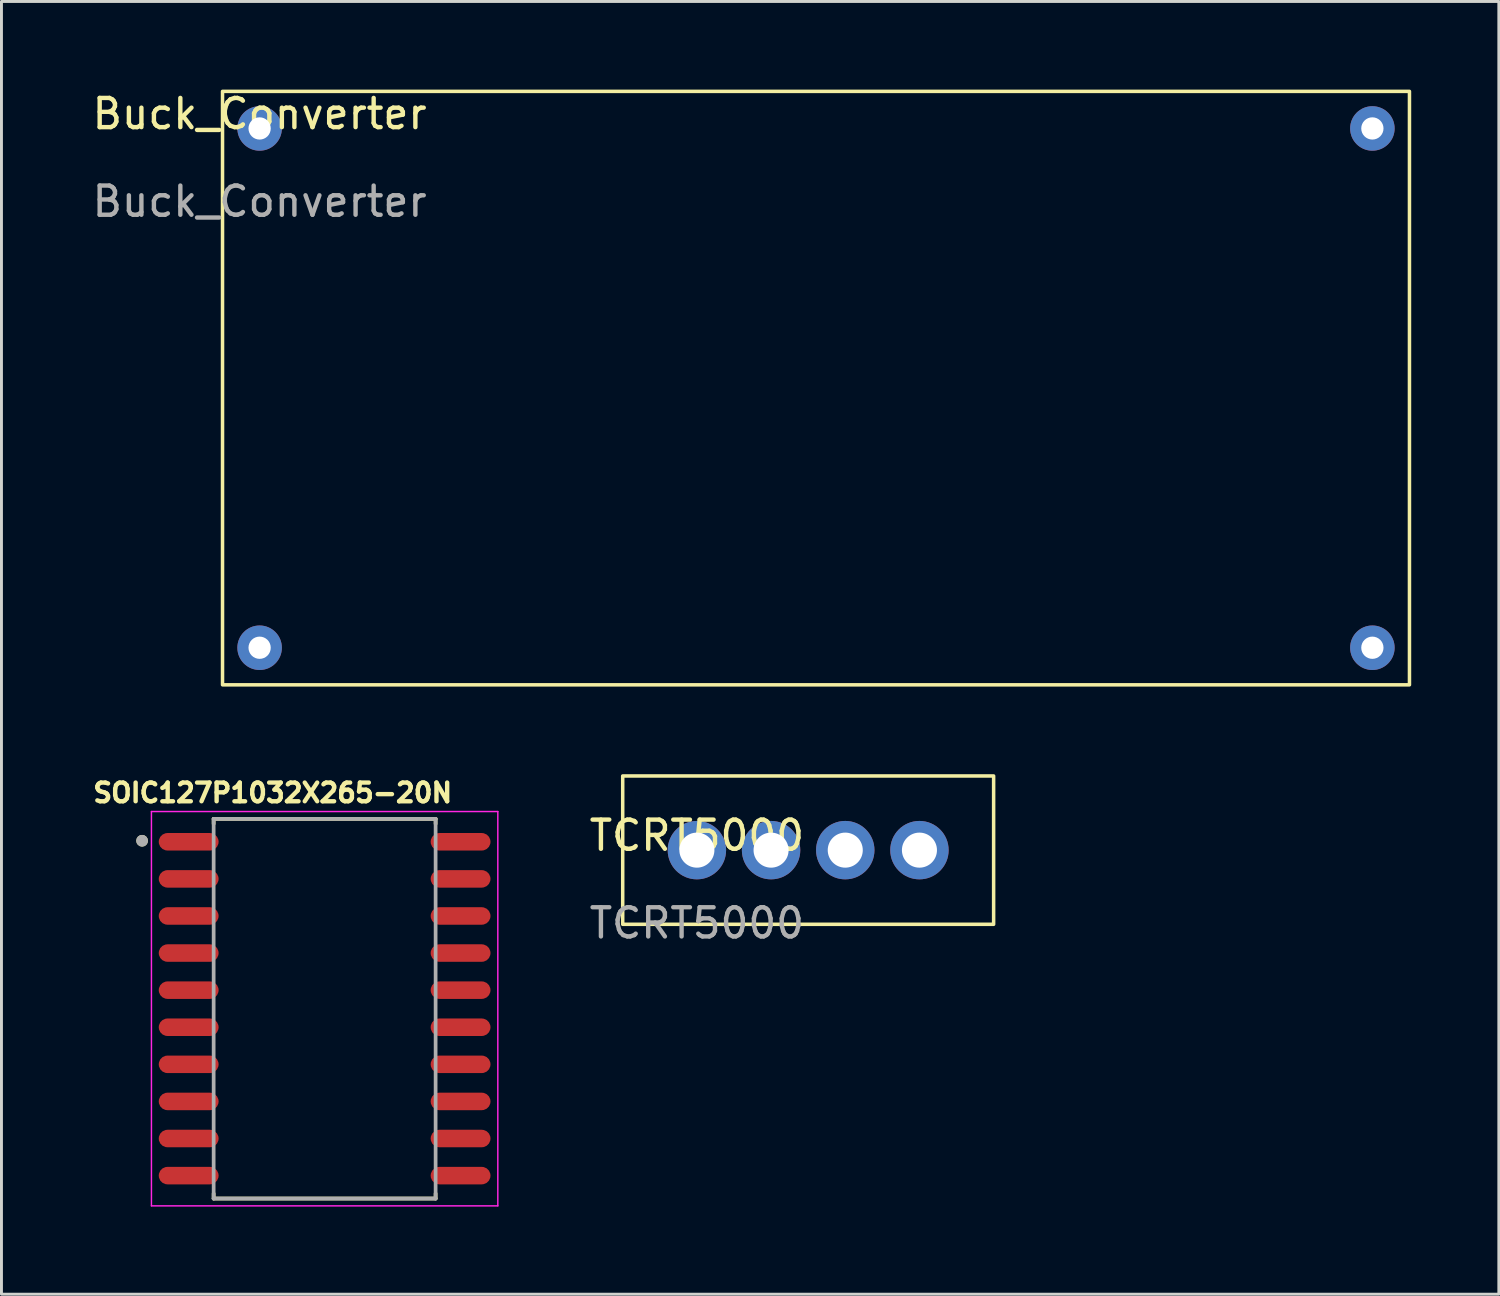
<source format=kicad_pcb>
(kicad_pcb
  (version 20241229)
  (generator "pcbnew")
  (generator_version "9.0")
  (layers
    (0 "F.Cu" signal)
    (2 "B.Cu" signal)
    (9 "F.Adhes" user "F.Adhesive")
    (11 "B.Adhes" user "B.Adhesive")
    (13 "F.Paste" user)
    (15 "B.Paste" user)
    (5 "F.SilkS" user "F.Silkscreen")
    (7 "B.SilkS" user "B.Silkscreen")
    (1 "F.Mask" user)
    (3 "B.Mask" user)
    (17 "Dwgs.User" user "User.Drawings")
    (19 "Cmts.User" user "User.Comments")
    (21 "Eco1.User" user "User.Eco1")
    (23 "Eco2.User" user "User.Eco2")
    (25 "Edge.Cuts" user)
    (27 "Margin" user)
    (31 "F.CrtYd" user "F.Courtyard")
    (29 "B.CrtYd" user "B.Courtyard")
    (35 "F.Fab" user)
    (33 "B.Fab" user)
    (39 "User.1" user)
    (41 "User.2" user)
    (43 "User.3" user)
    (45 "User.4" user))
  (footprint "SOIC127P1032X265-20N"
    (layer "F.Cu")
    (at 8.065 31.487)
    (property "Reference" "SOIC127P1032X265-20N" (at -1.778 -7.391 0) (layer "F.SilkS") (effects (font (size 0.64 0.64) (thickness 0.15))))
    (attr smd)
    (fp_line (start -3.8 -6.5) (end 3.8 -6.5) (stroke (width 0.127) (type solid)) (layer "F.SilkS"))
    (fp_line (start -3.8 -6.33) (end -3.8 -6.5) (stroke (width 0.127) (type solid)) (layer "F.SilkS"))
    (fp_line (start -3.8 6.33) (end -3.8 6.5) (stroke (width 0.127) (type solid)) (layer "F.SilkS"))
    (fp_line (start -3.8 6.5) (end 3.8 6.5) (stroke (width 0.127) (type solid)) (layer "F.SilkS"))
    (fp_line (start 3.8 -6.33) (end 3.8 -6.5) (stroke (width 0.127) (type solid)) (layer "F.SilkS"))
    (fp_line (start 3.8 6.33) (end 3.8 6.5) (stroke (width 0.127) (type solid)) (layer "F.SilkS"))
    (fp_circle (center -6.25 -5.75) (end -6.15 -5.75) (stroke (width 0.2) (type solid)) (fill no) (layer "F.SilkS"))
    (fp_line (start -5.93 -6.75) (end -5.93 6.75) (stroke (width 0.05) (type solid)) (layer "F.CrtYd"))
    (fp_line (start -5.93 6.75) (end 5.93 6.75) (stroke (width 0.05) (type solid)) (layer "F.CrtYd"))
    (fp_line (start 5.93 -6.75) (end -5.93 -6.75) (stroke (width 0.05) (type solid)) (layer "F.CrtYd"))
    (fp_line (start 5.93 6.75) (end 5.93 -6.75) (stroke (width 0.05) (type solid)) (layer "F.CrtYd"))
    (fp_line (start -3.8 -6.5) (end -3.8 6.5) (stroke (width 0.127) (type solid)) (layer "F.Fab"))
    (fp_line (start -3.8 6.5) (end 3.8 6.5) (stroke (width 0.127) (type solid)) (layer "F.Fab"))
    (fp_line (start 3.8 -6.5) (end -3.8 -6.5) (stroke (width 0.127) (type solid)) (layer "F.Fab"))
    (fp_line (start 3.8 6.5) (end 3.8 -6.5) (stroke (width 0.127) (type solid)) (layer "F.Fab"))
    (fp_circle (center -6.25 -5.75) (end -6.15 -5.75) (stroke (width 0.2) (type solid)) (fill no) (layer "F.Fab"))
    (pad "1" smd roundrect (at -4.655 -5.715 270) (size 0.6 2.05) (layers "F.Cu" "F.Mask" "F.Paste") (roundrect_rratio 0.5))
    (pad "2" smd roundrect (at -4.655 -4.445 270) (size 0.6 2.05) (layers "F.Cu" "F.Mask" "F.Paste") (roundrect_rratio 0.5))
    (pad "3" smd roundrect (at -4.655 -3.175 270) (size 0.6 2.05) (layers "F.Cu" "F.Mask" "F.Paste") (roundrect_rratio 0.5))
    (pad "4" smd roundrect (at -4.655 -1.905 270) (size 0.6 2.05) (layers "F.Cu" "F.Mask" "F.Paste") (roundrect_rratio 0.5))
    (pad "5" smd roundrect (at -4.655 -0.635 270) (size 0.6 2.05) (layers "F.Cu" "F.Mask" "F.Paste") (roundrect_rratio 0.5))
    (pad "6" smd roundrect (at -4.655 0.635 270) (size 0.6 2.05) (layers "F.Cu" "F.Mask" "F.Paste") (roundrect_rratio 0.5))
    (pad "7" smd roundrect (at -4.655 1.905 270) (size 0.6 2.05) (layers "F.Cu" "F.Mask" "F.Paste") (roundrect_rratio 0.5))
    (pad "8" smd roundrect (at -4.655 3.175 270) (size 0.6 2.05) (layers "F.Cu" "F.Mask" "F.Paste") (roundrect_rratio 0.5))
    (pad "9" smd roundrect (at -4.655 4.445 270) (size 0.6 2.05) (layers "F.Cu" "F.Mask" "F.Paste") (roundrect_rratio 0.5))
    (pad "10" smd roundrect (at -4.655 5.715 270) (size 0.6 2.05) (layers "F.Cu" "F.Mask" "F.Paste") (roundrect_rratio 0.5))
    (pad "11" smd roundrect (at 4.655 5.715 270) (size 0.6 2.05) (layers "F.Cu" "F.Mask" "F.Paste") (roundrect_rratio 0.5))
    (pad "12" smd roundrect (at 4.655 4.445 270) (size 0.6 2.05) (layers "F.Cu" "F.Mask" "F.Paste") (roundrect_rratio 0.5))
    (pad "13" smd roundrect (at 4.655 3.175 270) (size 0.6 2.05) (layers "F.Cu" "F.Mask" "F.Paste") (roundrect_rratio 0.5))
    (pad "14" smd roundrect (at 4.655 1.905 270) (size 0.6 2.05) (layers "F.Cu" "F.Mask" "F.Paste") (roundrect_rratio 0.5))
    (pad "15" smd roundrect (at 4.655 0.635 270) (size 0.6 2.05) (layers "F.Cu" "F.Mask" "F.Paste") (roundrect_rratio 0.5))
    (pad "16" smd roundrect (at 4.655 -0.635 270) (size 0.6 2.05) (layers "F.Cu" "F.Mask" "F.Paste") (roundrect_rratio 0.5))
    (pad "17" smd roundrect (at 4.655 -1.905 270) (size 0.6 2.05) (layers "F.Cu" "F.Mask" "F.Paste") (roundrect_rratio 0.5))
    (pad "18" smd roundrect (at 4.655 -3.175 270) (size 0.6 2.05) (layers "F.Cu" "F.Mask" "F.Paste") (roundrect_rratio 0.5))
    (pad "19" smd roundrect (at 4.655 -4.445 270) (size 0.6 2.05) (layers "F.Cu" "F.Mask" "F.Paste") (roundrect_rratio 0.5))
    (pad "20" smd roundrect (at 4.655 -5.715 270) (size 0.6 2.05) (layers "F.Cu" "F.Mask" "F.Paste") (roundrect_rratio 0.5)))
  (footprint "Buck_Converter"
    (layer "F.Cu")
    (at 5.839 1.348)
    (property "Reference" "Buck_Converter" (at 0 -0.5 0) (unlocked yes) (layer "F.SilkS") (effects (font (size 1 1) (thickness 0.15))))
    (attr through_hole)
    (fp_rect (start -1.27 -1.27) (end 39.37 19.05) (stroke (width 0.12) (type default)) (fill no) (layer "F.SilkS"))
    (fp_text user "${REFERENCE}" (at 0 2.5 0) (unlocked yes) (layer "F.Fab") (effects (font (size 1 1) (thickness 0.15))))
    (pad "IN+" thru_hole circle (at 0 0) (size 1.524 1.524) (drill 0.762) (layers "*.Cu" "*.Mask"))
    (pad "IN-" thru_hole circle (at 0 17.78) (size 1.524 1.524) (drill 0.762) (layers "*.Cu" "*.Mask"))
    (pad "OUT+" thru_hole circle (at 38.1 0) (size 1.524 1.524) (drill 0.762) (layers "*.Cu" "*.Mask"))
    (pad "OUT-" thru_hole circle (at 38.1 17.78) (size 1.524 1.524) (drill 0.762) (layers "*.Cu" "*.Mask")))
  (footprint "TCRT5000"
    (layer "F.Cu")
    (at 20.811 26.058)
    (property "Reference" "TCRT5000" (at 0 -0.5 0) (unlocked yes) (layer "F.SilkS") (effects (font (size 1 1) (thickness 0.15))))
    (attr through_hole)
    (fp_rect (start -2.54 -2.54) (end 10.16 2.54) (stroke (width 0.12) (type default)) (fill no) (layer "F.SilkS"))
    (fp_text user "${REFERENCE}" (at 0 2.5 0) (unlocked yes) (layer "F.Fab") (effects (font (size 1 1) (thickness 0.15))))
    (pad "A" thru_hole circle (at 0 0) (size 2 2) (drill 1.2) (layers "*.Cu" "*.Mask"))
    (pad "CATH" thru_hole circle (at 2.54 0) (size 2 2) (drill 1.2) (layers "*.Cu" "*.Mask"))
    (pad "COLL" thru_hole circle (at 5.08 0) (size 2 2) (drill 1.2) (layers "*.Cu" "*.Mask"))
    (pad "E" thru_hole circle (at 7.62 0) (size 2 2) (drill 1.2) (layers "*.Cu" "*.Mask")))
  (gr_rect
    (start -3 -3)
    (end 48.269 41.262)
    (stroke (width 0.1) (type default))
    (fill no)
    (layer "Edge.Cuts")))
</source>
